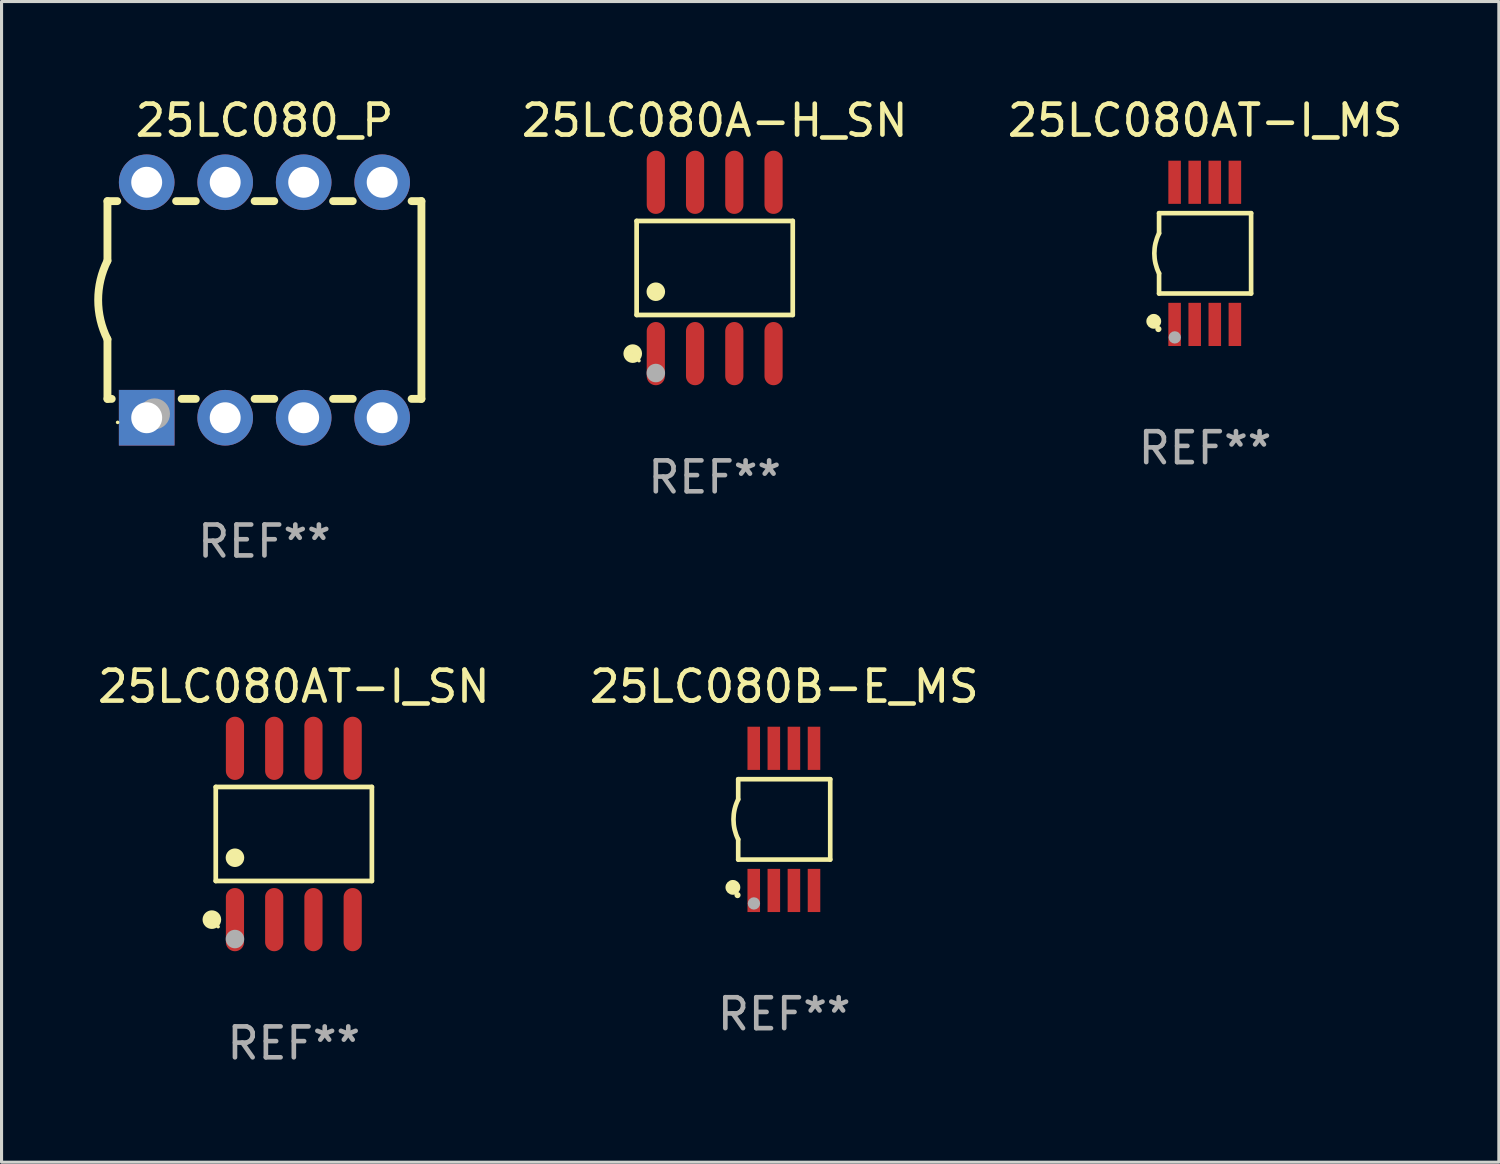
<source format=kicad_pcb>
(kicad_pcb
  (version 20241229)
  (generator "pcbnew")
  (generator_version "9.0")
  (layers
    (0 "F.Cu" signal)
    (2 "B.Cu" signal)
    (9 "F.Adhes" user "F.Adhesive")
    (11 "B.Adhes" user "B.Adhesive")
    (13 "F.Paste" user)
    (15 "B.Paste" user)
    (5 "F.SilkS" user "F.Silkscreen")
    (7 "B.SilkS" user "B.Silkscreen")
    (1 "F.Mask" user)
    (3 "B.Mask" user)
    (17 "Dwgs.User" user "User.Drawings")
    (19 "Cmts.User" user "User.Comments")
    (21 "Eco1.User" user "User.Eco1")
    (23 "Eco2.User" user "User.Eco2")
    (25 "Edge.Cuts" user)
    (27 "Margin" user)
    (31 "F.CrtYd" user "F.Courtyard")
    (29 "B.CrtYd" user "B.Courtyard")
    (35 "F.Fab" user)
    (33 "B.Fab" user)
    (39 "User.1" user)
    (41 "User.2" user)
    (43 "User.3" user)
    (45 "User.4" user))
  (footprint "25LC080B-E_MS"
    (layer "F.Cu")
    (at 22.327 23.465)
    (property "Reference" "25LC080B-E_MS" (at 0 -4.3 0) (layer "F.SilkS") (effects (font (size 1 1) (thickness 0.15))))
    (attr through_hole)
    (fp_line (start -1.489 -1.3) (end -1.489 -0.648) (stroke (width 0.15) (type solid)) (layer "F.SilkS"))
    (fp_line (start -1.489 0.648) (end -1.489 1.3) (stroke (width 0.15) (type solid)) (layer "F.SilkS"))
    (fp_line (start -1.489 1.3) (end 1.489 1.3) (stroke (width 0.15) (type solid)) (layer "F.SilkS"))
    (fp_line (start 1.489 -1.3) (end -1.489 -1.3) (stroke (width 0.15) (type solid)) (layer "F.SilkS"))
    (fp_line (start 1.489 1.3) (end 1.489 -1.3) (stroke (width 0.15) (type solid)) (layer "F.SilkS"))
    (fp_arc (start -1.489205 0.647702) (mid -1.642107 0) (end -1.489205 -0.647701) (stroke (width 0.150013) (type solid)) (layer "F.SilkS"))
    (fp_circle (center -1.661 2.2) (end -1.541 2.2) (stroke (width 0.24) (type solid)) (fill no) (layer "F.SilkS"))
    (fp_circle (center -1.511 2.45) (end -1.461 2.45) (stroke (width 0.1) (type solid)) (fill no) (layer "F.SilkS"))
    (fp_circle (center -0.981 2.72) (end -0.881 2.72) (stroke (width 0.2) (type solid)) (fill no) (layer "F.Fab"))
    (fp_text user "REF**" (at 0 6.3 0) (layer "F.Fab") (effects (font (size 1 1) (thickness 0.15))))
    (pad "1" smd rect (at -0.986 2.3) (size 0.406 1.397) (layers "F.Cu" "F.Mask" "F.Paste"))
    (pad "2" smd rect (at -0.336 2.3) (size 0.406 1.397) (layers "F.Cu" "F.Mask" "F.Paste"))
    (pad "3" smd rect (at 0.314 2.3) (size 0.406 1.397) (layers "F.Cu" "F.Mask" "F.Paste"))
    (pad "4" smd rect (at 0.964 2.3) (size 0.406 1.397) (layers "F.Cu" "F.Mask" "F.Paste"))
    (pad "5" smd rect (at 0.964 -2.3) (size 0.406 1.397) (layers "F.Cu" "F.Mask" "F.Paste"))
    (pad "6" smd rect (at 0.314 -2.3) (size 0.406 1.397) (layers "F.Cu" "F.Mask" "F.Paste"))
    (pad "7" smd rect (at -0.336 -2.3) (size 0.406 1.397) (layers "F.Cu" "F.Mask" "F.Paste"))
    (pad "8" smd rect (at -0.986 -2.3) (size 0.406 1.397) (layers "F.Cu" "F.Mask" "F.Paste")))
  (footprint "25LC080AT-I_MS"
    (layer "F.Cu")
    (at 35.946 5.148)
    (property "Reference" "25LC080AT-I_MS" (at 0 -4.3 0) (layer "F.SilkS") (effects (font (size 1 1) (thickness 0.15))))
    (attr through_hole)
    (fp_line (start -1.489 -1.3) (end -1.489 -0.648) (stroke (width 0.15) (type solid)) (layer "F.SilkS"))
    (fp_line (start -1.489 0.648) (end -1.489 1.3) (stroke (width 0.15) (type solid)) (layer "F.SilkS"))
    (fp_line (start -1.489 1.3) (end 1.489 1.3) (stroke (width 0.15) (type solid)) (layer "F.SilkS"))
    (fp_line (start 1.489 -1.3) (end -1.489 -1.3) (stroke (width 0.15) (type solid)) (layer "F.SilkS"))
    (fp_line (start 1.489 1.3) (end 1.489 -1.3) (stroke (width 0.15) (type solid)) (layer "F.SilkS"))
    (fp_arc (start -1.489205 0.647702) (mid -1.642107 0) (end -1.489205 -0.647701) (stroke (width 0.150013) (type solid)) (layer "F.SilkS"))
    (fp_circle (center -1.661 2.2) (end -1.541 2.2) (stroke (width 0.24) (type solid)) (fill no) (layer "F.SilkS"))
    (fp_circle (center -1.511 2.45) (end -1.461 2.45) (stroke (width 0.1) (type solid)) (fill no) (layer "F.SilkS"))
    (fp_circle (center -0.981 2.72) (end -0.881 2.72) (stroke (width 0.2) (type solid)) (fill no) (layer "F.Fab"))
    (fp_text user "REF**" (at 0 6.3 0) (layer "F.Fab") (effects (font (size 1 1) (thickness 0.15))))
    (pad "1" smd rect (at -0.986 2.3) (size 0.406 1.397) (layers "F.Cu" "F.Mask" "F.Paste"))
    (pad "2" smd rect (at -0.336 2.3) (size 0.406 1.397) (layers "F.Cu" "F.Mask" "F.Paste"))
    (pad "3" smd rect (at 0.314 2.3) (size 0.406 1.397) (layers "F.Cu" "F.Mask" "F.Paste"))
    (pad "4" smd rect (at 0.964 2.3) (size 0.406 1.397) (layers "F.Cu" "F.Mask" "F.Paste"))
    (pad "5" smd rect (at 0.964 -2.3) (size 0.406 1.397) (layers "F.Cu" "F.Mask" "F.Paste"))
    (pad "6" smd rect (at 0.314 -2.3) (size 0.406 1.397) (layers "F.Cu" "F.Mask" "F.Paste"))
    (pad "7" smd rect (at -0.336 -2.3) (size 0.406 1.397) (layers "F.Cu" "F.Mask" "F.Paste"))
    (pad "8" smd rect (at -0.986 -2.3) (size 0.406 1.397) (layers "F.Cu" "F.Mask" "F.Paste")))
  (footprint "25LC080AT-I_SN"
    (layer "F.Cu")
    (at 6.458 23.937)
    (property "Reference" "25LC080AT-I_SN" (at 0 -4.772 0) (layer "F.SilkS") (effects (font (size 1 1) (thickness 0.15))))
    (attr through_hole)
    (fp_line (start -2.526 -1.521) (end 2.526 -1.521) (stroke (width 0.152) (type solid)) (layer "F.SilkS"))
    (fp_line (start -2.526 1.521) (end -2.526 -1.521) (stroke (width 0.152) (type solid)) (layer "F.SilkS"))
    (fp_line (start 2.526 -1.521) (end 2.526 1.521) (stroke (width 0.152) (type solid)) (layer "F.SilkS"))
    (fp_line (start 2.526 1.521) (end -2.526 1.521) (stroke (width 0.152) (type solid)) (layer "F.SilkS"))
    (fp_circle (center -2.652 2.772) (end -2.501 2.772) (stroke (width 0.3) (type solid)) (fill no) (layer "F.SilkS"))
    (fp_circle (center -2.45 3) (end -2.42 3) (stroke (width 0.06) (type solid)) (fill no) (layer "F.SilkS"))
    (fp_circle (center -1.905 0.769) (end -1.755 0.769) (stroke (width 0.3) (type solid)) (fill no) (layer "F.SilkS"))
    (fp_circle (center -1.905 3.4) (end -1.755 3.4) (stroke (width 0.3) (type solid)) (fill no) (layer "F.Fab"))
    (fp_text user "REF**" (at 0 6.772 0) (layer "F.Fab") (effects (font (size 1 1) (thickness 0.15))))
    (pad "1" smd oval (at -1.905 2.772) (size 0.588 2.045) (layers "F.Cu" "F.Mask" "F.Paste"))
    (pad "2" smd oval (at -0.635 2.772) (size 0.588 2.045) (layers "F.Cu" "F.Mask" "F.Paste"))
    (pad "3" smd oval (at 0.635 2.772) (size 0.588 2.045) (layers "F.Cu" "F.Mask" "F.Paste"))
    (pad "4" smd oval (at 1.905 2.772) (size 0.588 2.045) (layers "F.Cu" "F.Mask" "F.Paste"))
    (pad "5" smd oval (at 1.905 -2.772) (size 0.588 2.045) (layers "F.Cu" "F.Mask" "F.Paste"))
    (pad "6" smd oval (at 0.635 -2.772) (size 0.588 2.045) (layers "F.Cu" "F.Mask" "F.Paste"))
    (pad "7" smd oval (at -0.635 -2.772) (size 0.588 2.045) (layers "F.Cu" "F.Mask" "F.Paste"))
    (pad "8" smd oval (at -1.905 -2.772) (size 0.588 2.045) (layers "F.Cu" "F.Mask" "F.Paste")))
  (footprint "25LC080_P"
    (layer "F.Cu")
    (at 5.507 6.658)
    (property "Reference" "25LC080_P" (at 0 -5.81 0) (layer "F.SilkS") (effects (font (size 1 1) (thickness 0.15))))
    (attr through_hole)
    (fp_line (start -5.08 -3.2) (end -4.762 -3.2) (stroke (width 0.254) (type solid)) (layer "F.SilkS"))
    (fp_line (start -5.08 -1.27) (end -5.08 -3.2) (stroke (width 0.254) (type solid)) (layer "F.SilkS"))
    (fp_line (start -5.08 3.2) (end -5.08 1.27) (stroke (width 0.254) (type solid)) (layer "F.SilkS"))
    (fp_line (start -5.08 3.2) (end -4.941 3.2) (stroke (width 0.254) (type solid)) (layer "F.SilkS"))
    (fp_line (start -2.858 -3.2) (end -2.222 -3.2) (stroke (width 0.254) (type solid)) (layer "F.SilkS"))
    (fp_line (start -2.679 3.2) (end -2.222 3.2) (stroke (width 0.254) (type solid)) (layer "F.SilkS"))
    (fp_line (start -0.318 -3.2) (end 0.318 -3.2) (stroke (width 0.254) (type solid)) (layer "F.SilkS"))
    (fp_line (start -0.318 3.2) (end 0.318 3.2) (stroke (width 0.254) (type solid)) (layer "F.SilkS"))
    (fp_line (start 2.222 -3.2) (end 2.858 -3.2) (stroke (width 0.254) (type solid)) (layer "F.SilkS"))
    (fp_line (start 2.222 3.2) (end 2.858 3.2) (stroke (width 0.254) (type solid)) (layer "F.SilkS"))
    (fp_line (start 4.762 -3.2) (end 5.08 -3.2) (stroke (width 0.254) (type solid)) (layer "F.SilkS"))
    (fp_line (start 4.762 3.2) (end 5.08 3.2) (stroke (width 0.254) (type solid)) (layer "F.SilkS"))
    (fp_line (start 5.08 3.2) (end 5.08 -3.2) (stroke (width 0.254) (type solid)) (layer "F.SilkS"))
    (fp_arc (start -5.080011 1.270002) (mid -5.379818 -0.000001) (end -5.08001 -1.270003) (stroke (width 0.254001) (type solid)) (layer "F.SilkS"))
    (fp_circle (center -4.75 3.96) (end -4.72 3.96) (stroke (width 0.06) (type solid)) (fill no) (layer "F.SilkS"))
    (fp_circle (center -3.556 3.683) (end -3.306 3.683) (stroke (width 0.5) (type solid)) (fill no) (layer "F.Fab"))
    (fp_text user "REF**" (at 0 7.81 0) (layer "F.Fab") (effects (font (size 1 1) (thickness 0.15))))
    (pad "1" thru_hole rect (at -3.81 3.81) (size 1.8 1.8) (drill 1) (layers "*.Cu" "*.Mask"))
    (pad "2" thru_hole circle (at -1.27 3.81) (size 1.8 1.8) (drill 1) (layers "*.Cu" "*.Mask"))
    (pad "3" thru_hole circle (at 1.27 3.81) (size 1.8 1.8) (drill 1) (layers "*.Cu" "*.Mask"))
    (pad "4" thru_hole circle (at 3.81 3.81) (size 1.8 1.8) (drill 1) (layers "*.Cu" "*.Mask"))
    (pad "5" thru_hole circle (at 3.81 -3.81) (size 1.8 1.8) (drill 1) (layers "*.Cu" "*.Mask"))
    (pad "6" thru_hole circle (at 1.27 -3.81) (size 1.8 1.8) (drill 1) (layers "*.Cu" "*.Mask"))
    (pad "7" thru_hole circle (at -1.27 -3.81) (size 1.8 1.8) (drill 1) (layers "*.Cu" "*.Mask"))
    (pad "8" thru_hole circle (at -3.81 -3.81) (size 1.8 1.8) (drill 1) (layers "*.Cu" "*.Mask")))
  (footprint "25LC080A-H_SN"
    (layer "F.Cu")
    (at 20.077 5.621)
    (property "Reference" "25LC080A-H_SN" (at 0 -4.772 0) (layer "F.SilkS") (effects (font (size 1 1) (thickness 0.15))))
    (attr through_hole)
    (fp_line (start -2.526 -1.521) (end 2.526 -1.521) (stroke (width 0.152) (type solid)) (layer "F.SilkS"))
    (fp_line (start -2.526 1.521) (end -2.526 -1.521) (stroke (width 0.152) (type solid)) (layer "F.SilkS"))
    (fp_line (start 2.526 -1.521) (end 2.526 1.521) (stroke (width 0.152) (type solid)) (layer "F.SilkS"))
    (fp_line (start 2.526 1.521) (end -2.526 1.521) (stroke (width 0.152) (type solid)) (layer "F.SilkS"))
    (fp_circle (center -2.652 2.772) (end -2.501 2.772) (stroke (width 0.3) (type solid)) (fill no) (layer "F.SilkS"))
    (fp_circle (center -2.45 3) (end -2.42 3) (stroke (width 0.06) (type solid)) (fill no) (layer "F.SilkS"))
    (fp_circle (center -1.905 0.769) (end -1.755 0.769) (stroke (width 0.3) (type solid)) (fill no) (layer "F.SilkS"))
    (fp_circle (center -1.905 3.4) (end -1.755 3.4) (stroke (width 0.3) (type solid)) (fill no) (layer "F.Fab"))
    (fp_text user "REF**" (at 0 6.772 0) (layer "F.Fab") (effects (font (size 1 1) (thickness 0.15))))
    (pad "1" smd oval (at -1.905 2.772) (size 0.588 2.045) (layers "F.Cu" "F.Mask" "F.Paste"))
    (pad "2" smd oval (at -0.635 2.772) (size 0.588 2.045) (layers "F.Cu" "F.Mask" "F.Paste"))
    (pad "3" smd oval (at 0.635 2.772) (size 0.588 2.045) (layers "F.Cu" "F.Mask" "F.Paste"))
    (pad "4" smd oval (at 1.905 2.772) (size 0.588 2.045) (layers "F.Cu" "F.Mask" "F.Paste"))
    (pad "5" smd oval (at 1.905 -2.772) (size 0.588 2.045) (layers "F.Cu" "F.Mask" "F.Paste"))
    (pad "6" smd oval (at 0.635 -2.772) (size 0.588 2.045) (layers "F.Cu" "F.Mask" "F.Paste"))
    (pad "7" smd oval (at -0.635 -2.772) (size 0.588 2.045) (layers "F.Cu" "F.Mask" "F.Paste"))
    (pad "8" smd oval (at -1.905 -2.772) (size 0.588 2.045) (layers "F.Cu" "F.Mask" "F.Paste")))
  (gr_rect
    (start -3 -3)
    (end 45.452 34.558)
    (stroke (width 0.1) (type default))
    (fill no)
    (layer "Edge.Cuts")))
</source>
